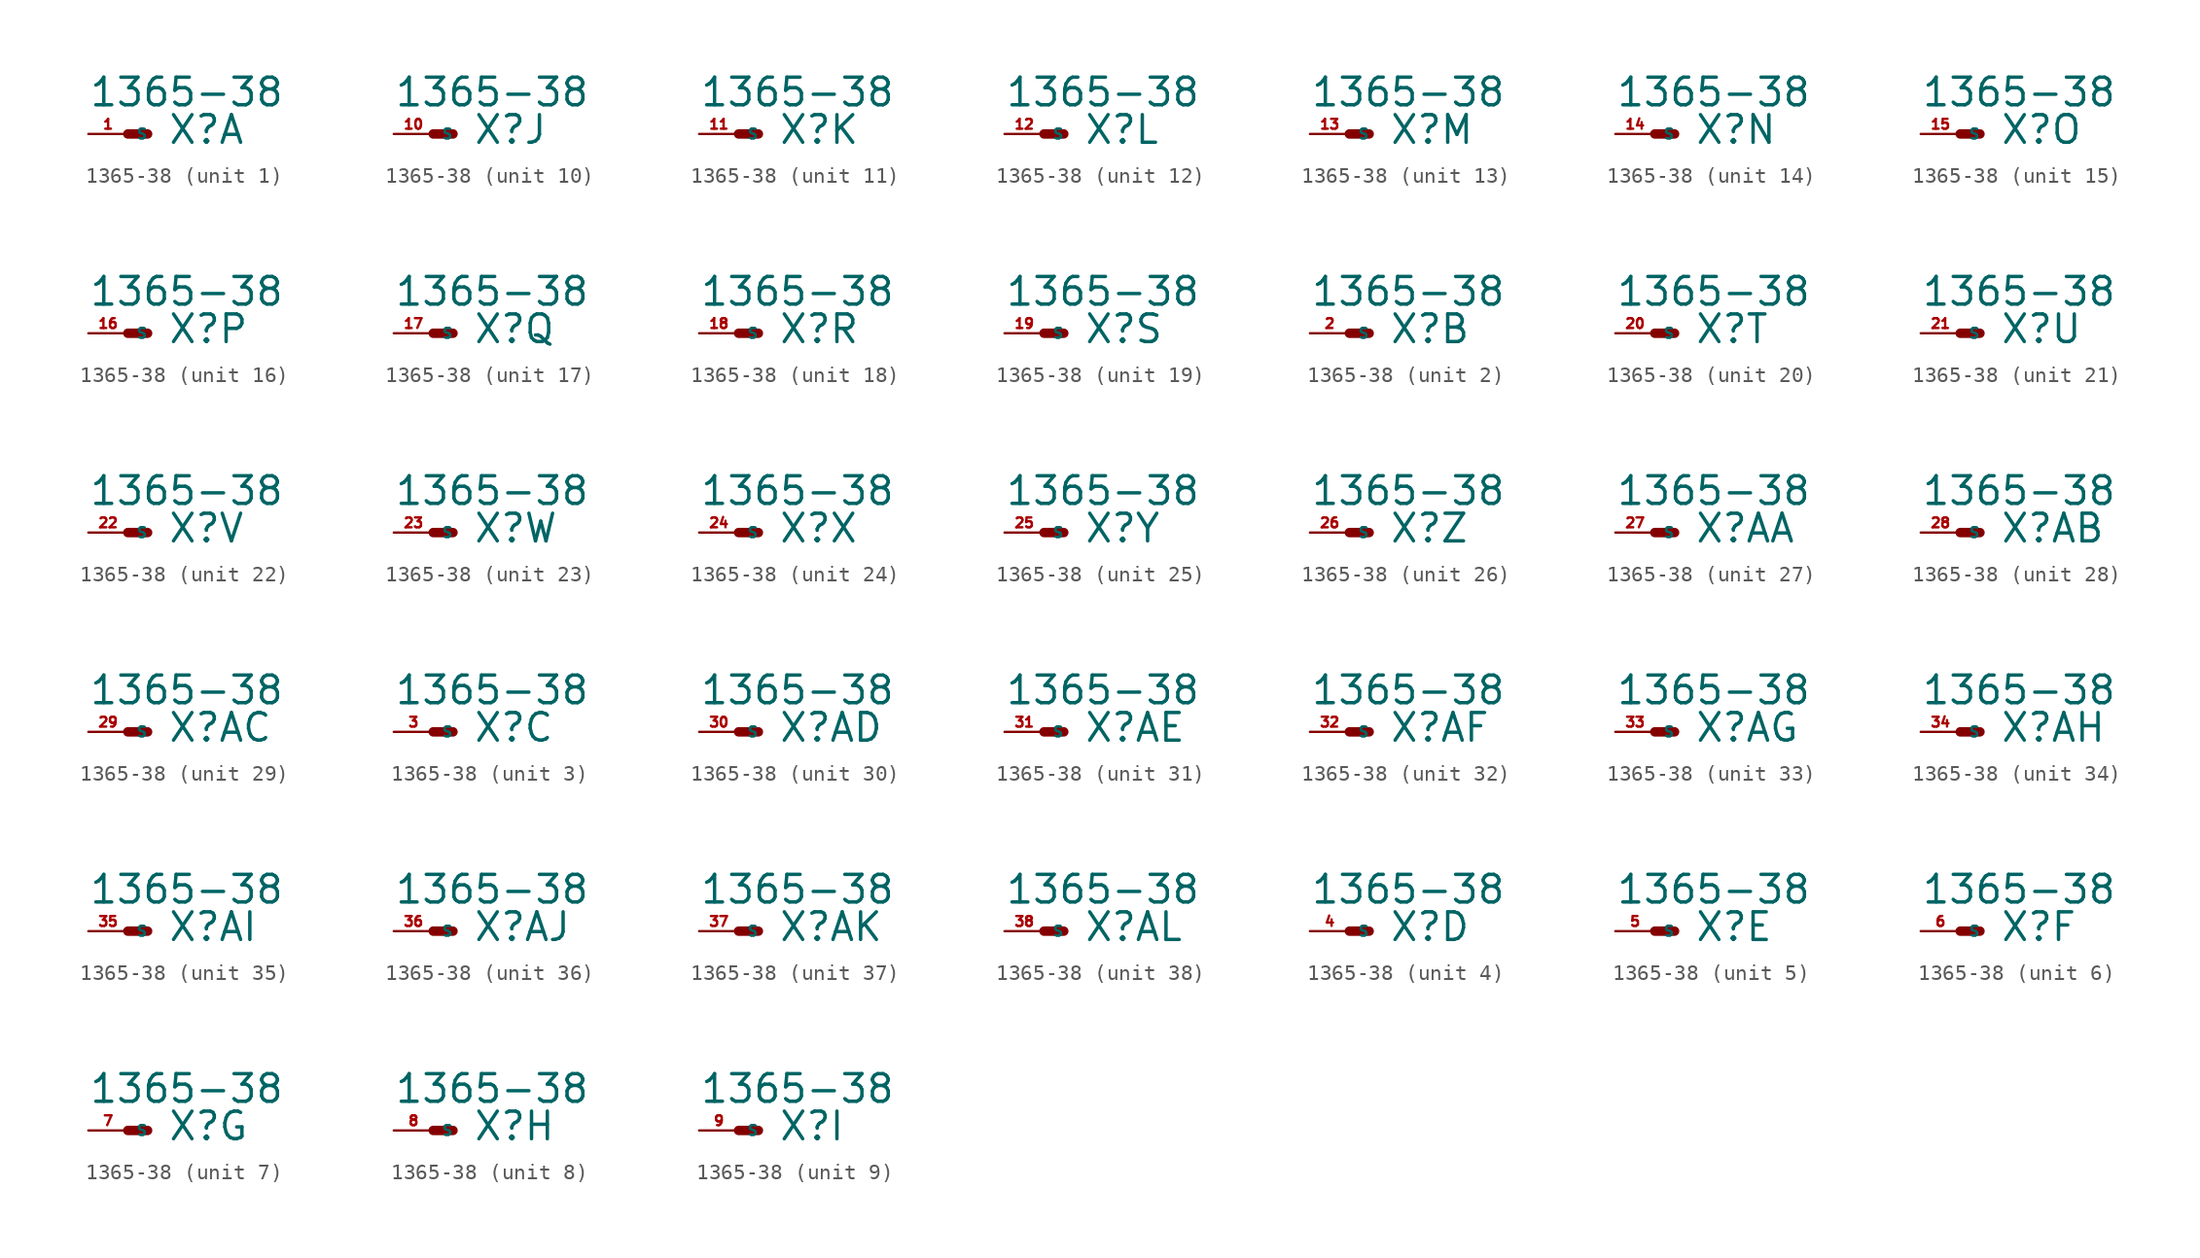
<source format=kicad_sym>
(kicad_symbol_lib
  (version 20220914)
  (generator Eagle2Kicad)
  (symbol "1365-38"
    (property "Reference" "X"
      (at 2.54 -0.762 0)
      (effects (font (size 1.778 1.778) (thickness 0.22)) (justify left bottom)))
    (property "Value" "1365-38"
      (at -2.54 1.651 0)
      (effects (font (size 1.778 1.778) (thickness 0.22)) (justify left bottom)))
    (symbol "1365-38_1_0"
      (polyline (pts (xy 0 0) (xy 1.27 0)) (stroke (width 0.61) (type default)) (fill (type none)))
      (pin passive line (at -2.54 0 0) (length 2.54) (name "S" (effects (font (size 0.635 0.635) (thickness 0.08)) (justify left bottom))) (number "1" (effects (font (size 0.635 0.635) (thickness 0.08)) (justify left bottom)))))
    (symbol "1365-38_2_0"
      (polyline (pts (xy 0 0) (xy 1.27 0)) (stroke (width 0.61) (type default)) (fill (type none)))
      (pin passive line (at -2.54 0 0) (length 2.54) (name "S" (effects (font (size 0.635 0.635) (thickness 0.08)) (justify left bottom))) (number "2" (effects (font (size 0.635 0.635) (thickness 0.08)) (justify left bottom)))))
    (symbol "1365-38_3_0"
      (polyline (pts (xy 0 0) (xy 1.27 0)) (stroke (width 0.61) (type default)) (fill (type none)))
      (pin passive line (at -2.54 0 0) (length 2.54) (name "S" (effects (font (size 0.635 0.635) (thickness 0.08)) (justify left bottom))) (number "3" (effects (font (size 0.635 0.635) (thickness 0.08)) (justify left bottom)))))
    (symbol "1365-38_4_0"
      (polyline (pts (xy 0 0) (xy 1.27 0)) (stroke (width 0.61) (type default)) (fill (type none)))
      (pin passive line (at -2.54 0 0) (length 2.54) (name "S" (effects (font (size 0.635 0.635) (thickness 0.08)) (justify left bottom))) (number "4" (effects (font (size 0.635 0.635) (thickness 0.08)) (justify left bottom)))))
    (symbol "1365-38_5_0"
      (polyline (pts (xy 0 0) (xy 1.27 0)) (stroke (width 0.61) (type default)) (fill (type none)))
      (pin passive line (at -2.54 0 0) (length 2.54) (name "S" (effects (font (size 0.635 0.635) (thickness 0.08)) (justify left bottom))) (number "5" (effects (font (size 0.635 0.635) (thickness 0.08)) (justify left bottom)))))
    (symbol "1365-38_6_0"
      (polyline (pts (xy 0 0) (xy 1.27 0)) (stroke (width 0.61) (type default)) (fill (type none)))
      (pin passive line (at -2.54 0 0) (length 2.54) (name "S" (effects (font (size 0.635 0.635) (thickness 0.08)) (justify left bottom))) (number "6" (effects (font (size 0.635 0.635) (thickness 0.08)) (justify left bottom)))))
    (symbol "1365-38_7_0"
      (polyline (pts (xy 0 0) (xy 1.27 0)) (stroke (width 0.61) (type default)) (fill (type none)))
      (pin passive line (at -2.54 0 0) (length 2.54) (name "S" (effects (font (size 0.635 0.635) (thickness 0.08)) (justify left bottom))) (number "7" (effects (font (size 0.635 0.635) (thickness 0.08)) (justify left bottom)))))
    (symbol "1365-38_8_0"
      (polyline (pts (xy 0 0) (xy 1.27 0)) (stroke (width 0.61) (type default)) (fill (type none)))
      (pin passive line (at -2.54 0 0) (length 2.54) (name "S" (effects (font (size 0.635 0.635) (thickness 0.08)) (justify left bottom))) (number "8" (effects (font (size 0.635 0.635) (thickness 0.08)) (justify left bottom)))))
    (symbol "1365-38_9_0"
      (polyline (pts (xy 0 0) (xy 1.27 0)) (stroke (width 0.61) (type default)) (fill (type none)))
      (pin passive line (at -2.54 0 0) (length 2.54) (name "S" (effects (font (size 0.635 0.635) (thickness 0.08)) (justify left bottom))) (number "9" (effects (font (size 0.635 0.635) (thickness 0.08)) (justify left bottom)))))
    (symbol "1365-38_10_0"
      (polyline (pts (xy 0 0) (xy 1.27 0)) (stroke (width 0.61) (type default)) (fill (type none)))
      (pin passive line (at -2.54 0 0) (length 2.54) (name "S" (effects (font (size 0.635 0.635) (thickness 0.08)) (justify left bottom))) (number "10" (effects (font (size 0.635 0.635) (thickness 0.08)) (justify left bottom)))))
    (symbol "1365-38_11_0"
      (polyline (pts (xy 0 0) (xy 1.27 0)) (stroke (width 0.61) (type default)) (fill (type none)))
      (pin passive line (at -2.54 0 0) (length 2.54) (name "S" (effects (font (size 0.635 0.635) (thickness 0.08)) (justify left bottom))) (number "11" (effects (font (size 0.635 0.635) (thickness 0.08)) (justify left bottom)))))
    (symbol "1365-38_12_0"
      (polyline (pts (xy 0 0) (xy 1.27 0)) (stroke (width 0.61) (type default)) (fill (type none)))
      (pin passive line (at -2.54 0 0) (length 2.54) (name "S" (effects (font (size 0.635 0.635) (thickness 0.08)) (justify left bottom))) (number "12" (effects (font (size 0.635 0.635) (thickness 0.08)) (justify left bottom)))))
    (symbol "1365-38_13_0"
      (polyline (pts (xy 0 0) (xy 1.27 0)) (stroke (width 0.61) (type default)) (fill (type none)))
      (pin passive line (at -2.54 0 0) (length 2.54) (name "S" (effects (font (size 0.635 0.635) (thickness 0.08)) (justify left bottom))) (number "13" (effects (font (size 0.635 0.635) (thickness 0.08)) (justify left bottom)))))
    (symbol "1365-38_14_0"
      (polyline (pts (xy 0 0) (xy 1.27 0)) (stroke (width 0.61) (type default)) (fill (type none)))
      (pin passive line (at -2.54 0 0) (length 2.54) (name "S" (effects (font (size 0.635 0.635) (thickness 0.08)) (justify left bottom))) (number "14" (effects (font (size 0.635 0.635) (thickness 0.08)) (justify left bottom)))))
    (symbol "1365-38_15_0"
      (polyline (pts (xy 0 0) (xy 1.27 0)) (stroke (width 0.61) (type default)) (fill (type none)))
      (pin passive line (at -2.54 0 0) (length 2.54) (name "S" (effects (font (size 0.635 0.635) (thickness 0.08)) (justify left bottom))) (number "15" (effects (font (size 0.635 0.635) (thickness 0.08)) (justify left bottom)))))
    (symbol "1365-38_16_0"
      (polyline (pts (xy 0 0) (xy 1.27 0)) (stroke (width 0.61) (type default)) (fill (type none)))
      (pin passive line (at -2.54 0 0) (length 2.54) (name "S" (effects (font (size 0.635 0.635) (thickness 0.08)) (justify left bottom))) (number "16" (effects (font (size 0.635 0.635) (thickness 0.08)) (justify left bottom)))))
    (symbol "1365-38_17_0"
      (polyline (pts (xy 0 0) (xy 1.27 0)) (stroke (width 0.61) (type default)) (fill (type none)))
      (pin passive line (at -2.54 0 0) (length 2.54) (name "S" (effects (font (size 0.635 0.635) (thickness 0.08)) (justify left bottom))) (number "17" (effects (font (size 0.635 0.635) (thickness 0.08)) (justify left bottom)))))
    (symbol "1365-38_18_0"
      (polyline (pts (xy 0 0) (xy 1.27 0)) (stroke (width 0.61) (type default)) (fill (type none)))
      (pin passive line (at -2.54 0 0) (length 2.54) (name "S" (effects (font (size 0.635 0.635) (thickness 0.08)) (justify left bottom))) (number "18" (effects (font (size 0.635 0.635) (thickness 0.08)) (justify left bottom)))))
    (symbol "1365-38_19_0"
      (polyline (pts (xy 0 0) (xy 1.27 0)) (stroke (width 0.61) (type default)) (fill (type none)))
      (pin passive line (at -2.54 0 0) (length 2.54) (name "S" (effects (font (size 0.635 0.635) (thickness 0.08)) (justify left bottom))) (number "19" (effects (font (size 0.635 0.635) (thickness 0.08)) (justify left bottom)))))
    (symbol "1365-38_20_0"
      (polyline (pts (xy 0 0) (xy 1.27 0)) (stroke (width 0.61) (type default)) (fill (type none)))
      (pin passive line (at -2.54 0 0) (length 2.54) (name "S" (effects (font (size 0.635 0.635) (thickness 0.08)) (justify left bottom))) (number "20" (effects (font (size 0.635 0.635) (thickness 0.08)) (justify left bottom)))))
    (symbol "1365-38_21_0"
      (polyline (pts (xy 0 0) (xy 1.27 0)) (stroke (width 0.61) (type default)) (fill (type none)))
      (pin passive line (at -2.54 0 0) (length 2.54) (name "S" (effects (font (size 0.635 0.635) (thickness 0.08)) (justify left bottom))) (number "21" (effects (font (size 0.635 0.635) (thickness 0.08)) (justify left bottom)))))
    (symbol "1365-38_22_0"
      (polyline (pts (xy 0 0) (xy 1.27 0)) (stroke (width 0.61) (type default)) (fill (type none)))
      (pin passive line (at -2.54 0 0) (length 2.54) (name "S" (effects (font (size 0.635 0.635) (thickness 0.08)) (justify left bottom))) (number "22" (effects (font (size 0.635 0.635) (thickness 0.08)) (justify left bottom)))))
    (symbol "1365-38_23_0"
      (polyline (pts (xy 0 0) (xy 1.27 0)) (stroke (width 0.61) (type default)) (fill (type none)))
      (pin passive line (at -2.54 0 0) (length 2.54) (name "S" (effects (font (size 0.635 0.635) (thickness 0.08)) (justify left bottom))) (number "23" (effects (font (size 0.635 0.635) (thickness 0.08)) (justify left bottom)))))
    (symbol "1365-38_24_0"
      (polyline (pts (xy 0 0) (xy 1.27 0)) (stroke (width 0.61) (type default)) (fill (type none)))
      (pin passive line (at -2.54 0 0) (length 2.54) (name "S" (effects (font (size 0.635 0.635) (thickness 0.08)) (justify left bottom))) (number "24" (effects (font (size 0.635 0.635) (thickness 0.08)) (justify left bottom)))))
    (symbol "1365-38_25_0"
      (polyline (pts (xy 0 0) (xy 1.27 0)) (stroke (width 0.61) (type default)) (fill (type none)))
      (pin passive line (at -2.54 0 0) (length 2.54) (name "S" (effects (font (size 0.635 0.635) (thickness 0.08)) (justify left bottom))) (number "25" (effects (font (size 0.635 0.635) (thickness 0.08)) (justify left bottom)))))
    (symbol "1365-38_26_0"
      (polyline (pts (xy 0 0) (xy 1.27 0)) (stroke (width 0.61) (type default)) (fill (type none)))
      (pin passive line (at -2.54 0 0) (length 2.54) (name "S" (effects (font (size 0.635 0.635) (thickness 0.08)) (justify left bottom))) (number "26" (effects (font (size 0.635 0.635) (thickness 0.08)) (justify left bottom)))))
    (symbol "1365-38_27_0"
      (polyline (pts (xy 0 0) (xy 1.27 0)) (stroke (width 0.61) (type default)) (fill (type none)))
      (pin passive line (at -2.54 0 0) (length 2.54) (name "S" (effects (font (size 0.635 0.635) (thickness 0.08)) (justify left bottom))) (number "27" (effects (font (size 0.635 0.635) (thickness 0.08)) (justify left bottom)))))
    (symbol "1365-38_28_0"
      (polyline (pts (xy 0 0) (xy 1.27 0)) (stroke (width 0.61) (type default)) (fill (type none)))
      (pin passive line (at -2.54 0 0) (length 2.54) (name "S" (effects (font (size 0.635 0.635) (thickness 0.08)) (justify left bottom))) (number "28" (effects (font (size 0.635 0.635) (thickness 0.08)) (justify left bottom)))))
    (symbol "1365-38_29_0"
      (polyline (pts (xy 0 0) (xy 1.27 0)) (stroke (width 0.61) (type default)) (fill (type none)))
      (pin passive line (at -2.54 0 0) (length 2.54) (name "S" (effects (font (size 0.635 0.635) (thickness 0.08)) (justify left bottom))) (number "29" (effects (font (size 0.635 0.635) (thickness 0.08)) (justify left bottom)))))
    (symbol "1365-38_30_0"
      (polyline (pts (xy 0 0) (xy 1.27 0)) (stroke (width 0.61) (type default)) (fill (type none)))
      (pin passive line (at -2.54 0 0) (length 2.54) (name "S" (effects (font (size 0.635 0.635) (thickness 0.08)) (justify left bottom))) (number "30" (effects (font (size 0.635 0.635) (thickness 0.08)) (justify left bottom)))))
    (symbol "1365-38_31_0"
      (polyline (pts (xy 0 0) (xy 1.27 0)) (stroke (width 0.61) (type default)) (fill (type none)))
      (pin passive line (at -2.54 0 0) (length 2.54) (name "S" (effects (font (size 0.635 0.635) (thickness 0.08)) (justify left bottom))) (number "31" (effects (font (size 0.635 0.635) (thickness 0.08)) (justify left bottom)))))
    (symbol "1365-38_32_0"
      (polyline (pts (xy 0 0) (xy 1.27 0)) (stroke (width 0.61) (type default)) (fill (type none)))
      (pin passive line (at -2.54 0 0) (length 2.54) (name "S" (effects (font (size 0.635 0.635) (thickness 0.08)) (justify left bottom))) (number "32" (effects (font (size 0.635 0.635) (thickness 0.08)) (justify left bottom)))))
    (symbol "1365-38_33_0"
      (polyline (pts (xy 0 0) (xy 1.27 0)) (stroke (width 0.61) (type default)) (fill (type none)))
      (pin passive line (at -2.54 0 0) (length 2.54) (name "S" (effects (font (size 0.635 0.635) (thickness 0.08)) (justify left bottom))) (number "33" (effects (font (size 0.635 0.635) (thickness 0.08)) (justify left bottom)))))
    (symbol "1365-38_34_0"
      (polyline (pts (xy 0 0) (xy 1.27 0)) (stroke (width 0.61) (type default)) (fill (type none)))
      (pin passive line (at -2.54 0 0) (length 2.54) (name "S" (effects (font (size 0.635 0.635) (thickness 0.08)) (justify left bottom))) (number "34" (effects (font (size 0.635 0.635) (thickness 0.08)) (justify left bottom)))))
    (symbol "1365-38_35_0"
      (polyline (pts (xy 0 0) (xy 1.27 0)) (stroke (width 0.61) (type default)) (fill (type none)))
      (pin passive line (at -2.54 0 0) (length 2.54) (name "S" (effects (font (size 0.635 0.635) (thickness 0.08)) (justify left bottom))) (number "35" (effects (font (size 0.635 0.635) (thickness 0.08)) (justify left bottom)))))
    (symbol "1365-38_36_0"
      (polyline (pts (xy 0 0) (xy 1.27 0)) (stroke (width 0.61) (type default)) (fill (type none)))
      (pin passive line (at -2.54 0 0) (length 2.54) (name "S" (effects (font (size 0.635 0.635) (thickness 0.08)) (justify left bottom))) (number "36" (effects (font (size 0.635 0.635) (thickness 0.08)) (justify left bottom)))))
    (symbol "1365-38_37_0"
      (polyline (pts (xy 0 0) (xy 1.27 0)) (stroke (width 0.61) (type default)) (fill (type none)))
      (pin passive line (at -2.54 0 0) (length 2.54) (name "S" (effects (font (size 0.635 0.635) (thickness 0.08)) (justify left bottom))) (number "37" (effects (font (size 0.635 0.635) (thickness 0.08)) (justify left bottom)))))
    (symbol "1365-38_38_0"
      (polyline (pts (xy 0 0) (xy 1.27 0)) (stroke (width 0.61) (type default)) (fill (type none)))
      (pin passive line (at -2.54 0 0) (length 2.54) (name "S" (effects (font (size 0.635 0.635) (thickness 0.08)) (justify left bottom))) (number "38" (effects (font (size 0.635 0.635) (thickness 0.08)) (justify left bottom)))))))
</source>
